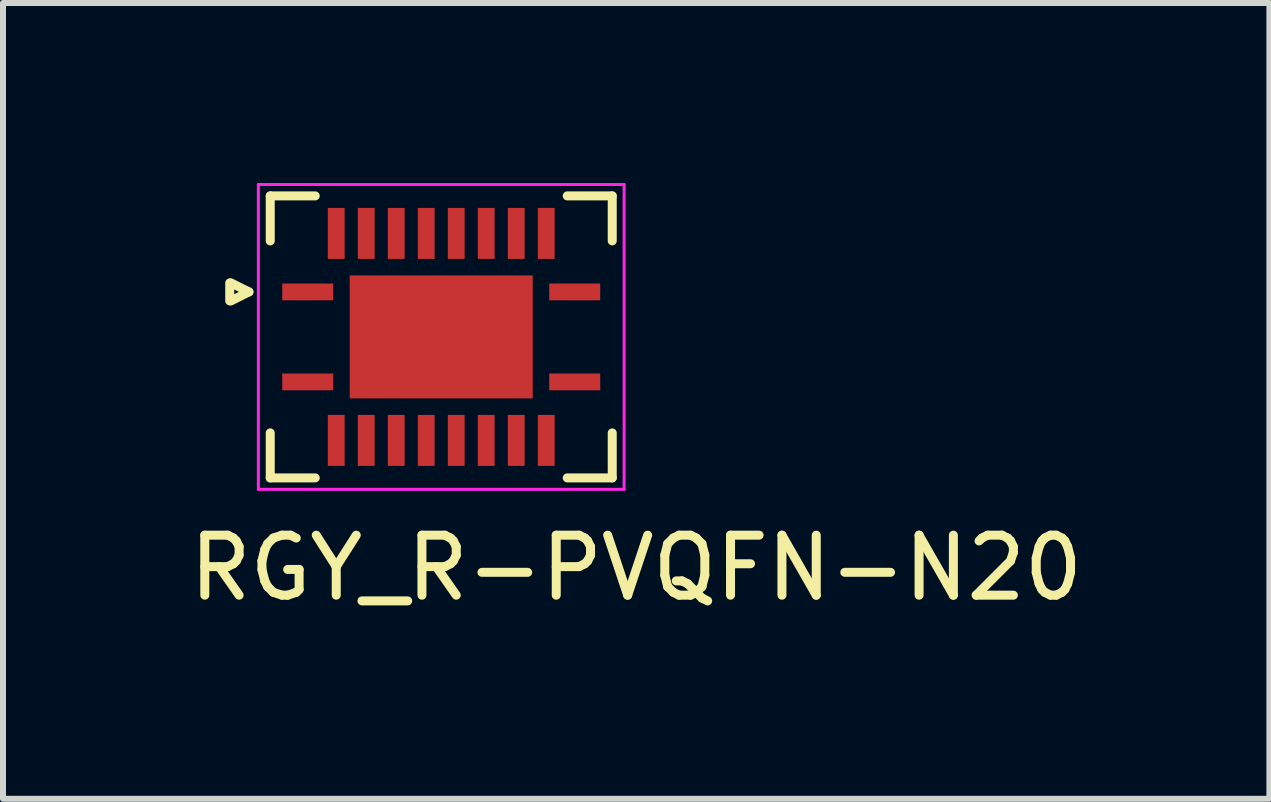
<source format=kicad_pcb>
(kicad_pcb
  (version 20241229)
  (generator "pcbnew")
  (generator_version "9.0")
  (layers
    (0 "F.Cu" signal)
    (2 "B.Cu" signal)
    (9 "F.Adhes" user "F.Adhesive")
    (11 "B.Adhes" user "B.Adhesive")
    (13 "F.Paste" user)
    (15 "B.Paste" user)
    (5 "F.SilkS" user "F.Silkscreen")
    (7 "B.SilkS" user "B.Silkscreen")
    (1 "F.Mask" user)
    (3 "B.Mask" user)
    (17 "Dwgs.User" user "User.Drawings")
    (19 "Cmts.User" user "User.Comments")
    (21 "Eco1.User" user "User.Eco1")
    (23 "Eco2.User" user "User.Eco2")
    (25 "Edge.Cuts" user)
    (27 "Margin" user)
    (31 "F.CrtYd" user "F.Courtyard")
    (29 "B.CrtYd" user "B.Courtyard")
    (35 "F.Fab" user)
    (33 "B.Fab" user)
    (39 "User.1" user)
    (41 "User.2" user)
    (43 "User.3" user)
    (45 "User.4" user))
  (footprint "RGY_R-PVQFN-N20"
    (layer "F.Cu")
    (at 4.304 2.565)
    (property "Reference" "RGY_R-PVQFN-N20" (at 3.25 3.85 0) (layer "F.SilkS") (effects (font (size 1 1) (thickness 0.15))))
    (attr smd)
    (fp_line (start -3.525 -0.6) (end -3.525 -0.9) (stroke (width 0.15) (type solid)) (layer "F.SilkS"))
    (fp_line (start -3.505 -0.9) (end -3.205 -0.75) (stroke (width 0.15) (type solid)) (layer "F.SilkS"))
    (fp_line (start -3.205 -0.75) (end -3.505 -0.6) (stroke (width 0.15) (type solid)) (layer "F.SilkS"))
    (fp_line (start -2.85 -2.35) (end -2.85 -1.6) (stroke (width 0.15) (type solid)) (layer "F.SilkS"))
    (fp_line (start -2.85 -2.35) (end -2.1 -2.35) (stroke (width 0.15) (type solid)) (layer "F.SilkS"))
    (fp_line (start -2.85 2.35) (end -2.85 1.6) (stroke (width 0.15) (type solid)) (layer "F.SilkS"))
    (fp_line (start -2.85 2.35) (end -2.1 2.35) (stroke (width 0.15) (type solid)) (layer "F.SilkS"))
    (fp_line (start 2.1 2.35) (end 2.85 2.35) (stroke (width 0.15) (type solid)) (layer "F.SilkS"))
    (fp_line (start 2.85 -2.35) (end 2.1 -2.35) (stroke (width 0.15) (type solid)) (layer "F.SilkS"))
    (fp_line (start 2.85 -2.35) (end 2.85 -1.6) (stroke (width 0.15) (type solid)) (layer "F.SilkS"))
    (fp_line (start 2.85 1.6) (end 2.85 2.35) (stroke (width 0.15) (type solid)) (layer "F.SilkS"))
    (fp_line (start -3.048 -2.54) (end -3.048 2.54) (stroke (width 0.05) (type solid)) (layer "F.CrtYd"))
    (fp_line (start -3.048 2.54) (end 3.048 2.54) (stroke (width 0.05) (type solid)) (layer "F.CrtYd"))
    (fp_line (start 3.048 -2.54) (end -3.048 -2.54) (stroke (width 0.05) (type solid)) (layer "F.CrtYd"))
    (fp_line (start 3.048 2.54) (end 3.048 -2.54) (stroke (width 0.05) (type solid)) (layer "F.CrtYd"))
    (pad "0" smd rect (at 0 0) (size 3.05 2.05) (layers "F.Cu" "F.Mask" "F.Paste"))
    (pad "1" smd rect (at -2.225 -0.75 90) (size 0.28 0.85) (layers "F.Cu" "F.Mask" "F.Paste"))
    (pad "2" smd rect (at -1.75 -1.725) (size 0.28 0.85) (layers "F.Cu" "F.Mask" "F.Paste"))
    (pad "3" smd rect (at -1.25 -1.725) (size 0.28 0.85) (layers "F.Cu" "F.Mask" "F.Paste"))
    (pad "4" smd rect (at -0.75 -1.725) (size 0.28 0.85) (layers "F.Cu" "F.Mask" "F.Paste"))
    (pad "5" smd rect (at -0.25 -1.725) (size 0.28 0.85) (layers "F.Cu" "F.Mask" "F.Paste"))
    (pad "6" smd rect (at 0.25 -1.725) (size 0.28 0.85) (layers "F.Cu" "F.Mask" "F.Paste"))
    (pad "7" smd rect (at 0.75 -1.725) (size 0.28 0.85) (layers "F.Cu" "F.Mask" "F.Paste"))
    (pad "8" smd rect (at 1.25 -1.725) (size 0.28 0.85) (layers "F.Cu" "F.Mask" "F.Paste"))
    (pad "9" smd rect (at 1.75 -1.725) (size 0.28 0.85) (layers "F.Cu" "F.Mask" "F.Paste"))
    (pad "10" smd rect (at 2.225 -0.75 90) (size 0.28 0.85) (layers "F.Cu" "F.Mask" "F.Paste"))
    (pad "11" smd rect (at 2.225 0.75 90) (size 0.28 0.85) (layers "F.Cu" "F.Mask" "F.Paste"))
    (pad "12" smd rect (at 1.75 1.725) (size 0.28 0.85) (layers "F.Cu" "F.Mask" "F.Paste"))
    (pad "13" smd rect (at 1.25 1.725) (size 0.28 0.85) (layers "F.Cu" "F.Mask" "F.Paste"))
    (pad "14" smd rect (at 0.75 1.725) (size 0.28 0.85) (layers "F.Cu" "F.Mask" "F.Paste"))
    (pad "15" smd rect (at 0.25 1.725) (size 0.28 0.85) (layers "F.Cu" "F.Mask" "F.Paste"))
    (pad "16" smd rect (at -0.25 1.725) (size 0.28 0.85) (layers "F.Cu" "F.Mask" "F.Paste"))
    (pad "17" smd rect (at -0.75 1.725) (size 0.28 0.85) (layers "F.Cu" "F.Mask" "F.Paste"))
    (pad "18" smd rect (at -1.25 1.725) (size 0.28 0.85) (layers "F.Cu" "F.Mask" "F.Paste"))
    (pad "19" smd rect (at -1.75 1.725) (size 0.28 0.85) (layers "F.Cu" "F.Mask" "F.Paste"))
    (pad "20" smd rect (at -2.225 0.75 90) (size 0.28 0.85) (layers "F.Cu" "F.Mask" "F.Paste")))
  (gr_rect
    (start -3 -3)
    (end 18.107 10.263)
    (stroke (width 0.1) (type default))
    (fill no)
    (layer "Edge.Cuts")))
</source>
